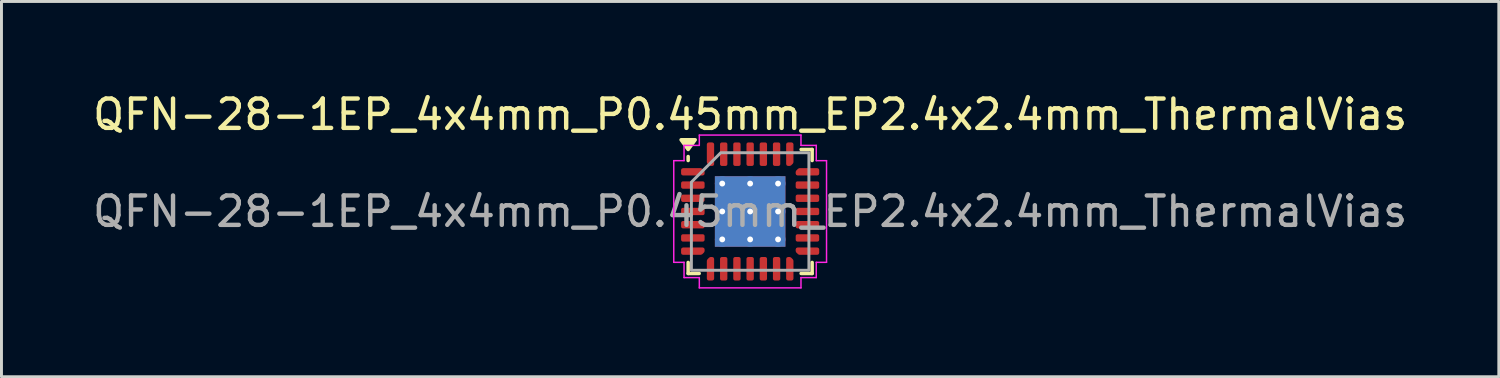
<source format=kicad_pcb>
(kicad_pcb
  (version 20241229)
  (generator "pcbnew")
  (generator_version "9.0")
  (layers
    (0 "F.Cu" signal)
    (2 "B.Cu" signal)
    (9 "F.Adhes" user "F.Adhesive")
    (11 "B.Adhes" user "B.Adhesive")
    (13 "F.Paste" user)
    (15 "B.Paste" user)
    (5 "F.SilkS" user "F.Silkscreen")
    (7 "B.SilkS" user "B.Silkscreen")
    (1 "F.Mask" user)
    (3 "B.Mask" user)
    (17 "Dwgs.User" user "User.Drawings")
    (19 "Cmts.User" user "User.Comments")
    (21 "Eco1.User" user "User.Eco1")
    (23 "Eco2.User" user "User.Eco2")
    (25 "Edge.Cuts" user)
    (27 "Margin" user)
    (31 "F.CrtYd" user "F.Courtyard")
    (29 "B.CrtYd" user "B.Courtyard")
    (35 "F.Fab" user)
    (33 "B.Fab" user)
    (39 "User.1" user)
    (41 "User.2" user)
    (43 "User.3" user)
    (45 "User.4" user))
  (footprint "QFN-28-1EP_4x4mm_P0.45mm_EP2.4x2.4mm_ThermalVias"
    (layer "F.Cu")
    (at 22.482 4.148)
    (property "Reference" "QFN-28-1EP_4x4mm_P0.45mm_EP2.4x2.4mm_ThermalVias" (at 0 -3.3 0) (layer "F.SilkS") (effects (font (size 1 1) (thickness 0.15))))
    (attr smd)
    (fp_line (start -2.11 -1.735) (end -2.11 -1.87) (stroke (width 0.12) (type solid)) (layer "F.SilkS"))
    (fp_line (start -2.11 2.11) (end -2.11 1.735) (stroke (width 0.12) (type solid)) (layer "F.SilkS"))
    (fp_line (start -1.735 2.11) (end -2.11 2.11) (stroke (width 0.12) (type solid)) (layer "F.SilkS"))
    (fp_line (start 1.735 -2.11) (end 2.11 -2.11) (stroke (width 0.12) (type solid)) (layer "F.SilkS"))
    (fp_line (start 1.735 2.11) (end 2.11 2.11) (stroke (width 0.12) (type solid)) (layer "F.SilkS"))
    (fp_line (start 2.11 -2.11) (end 2.11 -1.735) (stroke (width 0.12) (type solid)) (layer "F.SilkS"))
    (fp_line (start 2.11 2.11) (end 2.11 1.735) (stroke (width 0.12) (type solid)) (layer "F.SilkS"))
    (fp_poly (pts (xy -2.11 -2.11) (xy -2.35 -2.44) (xy -1.87 -2.44)) (stroke (width 0.12) (type solid)) (fill yes) (layer "F.SilkS"))
    (fp_line (start -2.6 -1.73) (end -2.25 -1.73) (stroke (width 0.05) (type solid)) (layer "F.CrtYd"))
    (fp_line (start -2.6 1.73) (end -2.6 -1.73) (stroke (width 0.05) (type solid)) (layer "F.CrtYd"))
    (fp_line (start -2.25 -2.25) (end -1.73 -2.25) (stroke (width 0.05) (type solid)) (layer "F.CrtYd"))
    (fp_line (start -2.25 -1.73) (end -2.25 -2.25) (stroke (width 0.05) (type solid)) (layer "F.CrtYd"))
    (fp_line (start -2.25 1.73) (end -2.6 1.73) (stroke (width 0.05) (type solid)) (layer "F.CrtYd"))
    (fp_line (start -2.25 2.25) (end -2.25 1.73) (stroke (width 0.05) (type solid)) (layer "F.CrtYd"))
    (fp_line (start -1.73 -2.6) (end 1.73 -2.6) (stroke (width 0.05) (type solid)) (layer "F.CrtYd"))
    (fp_line (start -1.73 -2.25) (end -1.73 -2.6) (stroke (width 0.05) (type solid)) (layer "F.CrtYd"))
    (fp_line (start -1.73 2.25) (end -2.25 2.25) (stroke (width 0.05) (type solid)) (layer "F.CrtYd"))
    (fp_line (start -1.73 2.6) (end -1.73 2.25) (stroke (width 0.05) (type solid)) (layer "F.CrtYd"))
    (fp_line (start 1.73 -2.6) (end 1.73 -2.25) (stroke (width 0.05) (type solid)) (layer "F.CrtYd"))
    (fp_line (start 1.73 -2.25) (end 2.25 -2.25) (stroke (width 0.05) (type solid)) (layer "F.CrtYd"))
    (fp_line (start 1.73 2.25) (end 1.73 2.6) (stroke (width 0.05) (type solid)) (layer "F.CrtYd"))
    (fp_line (start 1.73 2.6) (end -1.73 2.6) (stroke (width 0.05) (type solid)) (layer "F.CrtYd"))
    (fp_line (start 2.25 -2.25) (end 2.25 -1.73) (stroke (width 0.05) (type solid)) (layer "F.CrtYd"))
    (fp_line (start 2.25 -1.73) (end 2.6 -1.73) (stroke (width 0.05) (type solid)) (layer "F.CrtYd"))
    (fp_line (start 2.25 1.73) (end 2.25 2.25) (stroke (width 0.05) (type solid)) (layer "F.CrtYd"))
    (fp_line (start 2.25 2.25) (end 1.73 2.25) (stroke (width 0.05) (type solid)) (layer "F.CrtYd"))
    (fp_line (start 2.6 -1.73) (end 2.6 1.73) (stroke (width 0.05) (type solid)) (layer "F.CrtYd"))
    (fp_line (start 2.6 1.73) (end 2.25 1.73) (stroke (width 0.05) (type solid)) (layer "F.CrtYd"))
    (fp_poly (pts (xy -2 -1) (xy -2 2) (xy 2 2) (xy 2 -2) (xy -1 -2)) (stroke (width 0.1) (type solid)) (fill no) (layer "F.Fab"))
    (fp_text user "${REFERENCE}" (at 0 0 0) (layer "F.Fab") (effects (font (size 1 1) (thickness 0.15))))
    (pad "" smd roundrect (at -0.6 -0.6) (size 1.04 1.04) (layers "F.Paste") (roundrect_rratio 0.24))
    (pad "" smd roundrect (at -0.6 0.6) (size 1.04 1.04) (layers "F.Paste") (roundrect_rratio 0.24))
    (pad "" smd roundrect (at 0.6 -0.6) (size 1.04 1.04) (layers "F.Paste") (roundrect_rratio 0.24))
    (pad "" smd roundrect (at 0.6 0.6) (size 1.04 1.04) (layers "F.Paste") (roundrect_rratio 0.24))
    (pad "1" smd custom (at -1.95 -1.35) (size 0.179 0.179) (layers "F.Cu" "F.Mask" "F.Paste") (options (anchor circle)) (primitives (gr_poly (pts (xy -0.338 -0.062) (xy 0.274 -0.062) (xy 0.338 0.001) (xy 0.338 0.062) (xy -0.338 0.062)) (width 0.125) (fill yes))))
    (pad "2" smd roundrect (at -1.95 -0.9) (size 0.8 0.25) (layers "F.Cu" "F.Mask" "F.Paste") (roundrect_rratio 0.25))
    (pad "3" smd roundrect (at -1.95 -0.45) (size 0.8 0.25) (layers "F.Cu" "F.Mask" "F.Paste") (roundrect_rratio 0.25))
    (pad "4" smd roundrect (at -1.95 0) (size 0.8 0.25) (layers "F.Cu" "F.Mask" "F.Paste") (roundrect_rratio 0.25))
    (pad "5" smd roundrect (at -1.95 0.45) (size 0.8 0.25) (layers "F.Cu" "F.Mask" "F.Paste") (roundrect_rratio 0.25))
    (pad "6" smd roundrect (at -1.95 0.9) (size 0.8 0.25) (layers "F.Cu" "F.Mask" "F.Paste") (roundrect_rratio 0.25))
    (pad "7" smd custom (at -1.95 1.35) (size 0.179 0.179) (layers "F.Cu" "F.Mask" "F.Paste") (options (anchor circle)) (primitives (gr_poly (pts (xy -0.338 -0.062) (xy 0.338 -0.062) (xy 0.338 -0.001) (xy 0.274 0.062) (xy -0.338 0.062)) (width 0.125) (fill yes))))
    (pad "8" smd custom (at -1.35 1.95) (size 0.179 0.179) (layers "F.Cu" "F.Mask" "F.Paste") (options (anchor circle)) (primitives (gr_poly (pts (xy -0.062 -0.274) (xy 0.001 -0.338) (xy 0.062 -0.338) (xy 0.062 0.338) (xy -0.062 0.338)) (width 0.125) (fill yes))))
    (pad "9" smd roundrect (at -0.9 1.95) (size 0.25 0.8) (layers "F.Cu" "F.Mask" "F.Paste") (roundrect_rratio 0.25))
    (pad "10" smd roundrect (at -0.45 1.95) (size 0.25 0.8) (layers "F.Cu" "F.Mask" "F.Paste") (roundrect_rratio 0.25))
    (pad "11" smd roundrect (at 0 1.95) (size 0.25 0.8) (layers "F.Cu" "F.Mask" "F.Paste") (roundrect_rratio 0.25))
    (pad "12" smd roundrect (at 0.45 1.95) (size 0.25 0.8) (layers "F.Cu" "F.Mask" "F.Paste") (roundrect_rratio 0.25))
    (pad "13" smd roundrect (at 0.9 1.95) (size 0.25 0.8) (layers "F.Cu" "F.Mask" "F.Paste") (roundrect_rratio 0.25))
    (pad "14" smd custom (at 1.35 1.95) (size 0.179 0.179) (layers "F.Cu" "F.Mask" "F.Paste") (options (anchor circle)) (primitives (gr_poly (pts (xy -0.062 -0.338) (xy -0.001 -0.338) (xy 0.062 -0.274) (xy 0.062 0.338) (xy -0.062 0.338)) (width 0.125) (fill yes))))
    (pad "15" smd custom (at 1.95 1.35) (size 0.179 0.179) (layers "F.Cu" "F.Mask" "F.Paste") (options (anchor circle)) (primitives (gr_poly (pts (xy -0.338 -0.062) (xy 0.338 -0.062) (xy 0.338 0.062) (xy -0.274 0.062) (xy -0.338 -0.001)) (width 0.125) (fill yes))))
    (pad "16" smd roundrect (at 1.95 0.9) (size 0.8 0.25) (layers "F.Cu" "F.Mask" "F.Paste") (roundrect_rratio 0.25))
    (pad "17" smd roundrect (at 1.95 0.45) (size 0.8 0.25) (layers "F.Cu" "F.Mask" "F.Paste") (roundrect_rratio 0.25))
    (pad "18" smd roundrect (at 1.95 0) (size 0.8 0.25) (layers "F.Cu" "F.Mask" "F.Paste") (roundrect_rratio 0.25))
    (pad "19" smd roundrect (at 1.95 -0.45) (size 0.8 0.25) (layers "F.Cu" "F.Mask" "F.Paste") (roundrect_rratio 0.25))
    (pad "20" smd roundrect (at 1.95 -0.9) (size 0.8 0.25) (layers "F.Cu" "F.Mask" "F.Paste") (roundrect_rratio 0.25))
    (pad "21" smd custom (at 1.95 -1.35) (size 0.179 0.179) (layers "F.Cu" "F.Mask" "F.Paste") (options (anchor circle)) (primitives (gr_poly (pts (xy -0.338 0.001) (xy -0.274 -0.062) (xy 0.338 -0.062) (xy 0.338 0.062) (xy -0.338 0.062)) (width 0.125) (fill yes))))
    (pad "22" smd custom (at 1.35 -1.95) (size 0.179 0.179) (layers "F.Cu" "F.Mask" "F.Paste") (options (anchor circle)) (primitives (gr_poly (pts (xy -0.062 -0.338) (xy 0.062 -0.338) (xy 0.062 0.274) (xy -0.001 0.338) (xy -0.062 0.338)) (width 0.125) (fill yes))))
    (pad "23" smd roundrect (at 0.9 -1.95) (size 0.25 0.8) (layers "F.Cu" "F.Mask" "F.Paste") (roundrect_rratio 0.25))
    (pad "24" smd roundrect (at 0.45 -1.95) (size 0.25 0.8) (layers "F.Cu" "F.Mask" "F.Paste") (roundrect_rratio 0.25))
    (pad "25" smd roundrect (at 0 -1.95) (size 0.25 0.8) (layers "F.Cu" "F.Mask" "F.Paste") (roundrect_rratio 0.25))
    (pad "26" smd roundrect (at -0.45 -1.95) (size 0.25 0.8) (layers "F.Cu" "F.Mask" "F.Paste") (roundrect_rratio 0.25))
    (pad "27" smd roundrect (at -0.9 -1.95) (size 0.25 0.8) (layers "F.Cu" "F.Mask" "F.Paste") (roundrect_rratio 0.25))
    (pad "28" smd custom (at -1.35 -1.95) (size 0.179 0.179) (layers "F.Cu" "F.Mask" "F.Paste") (options (anchor circle)) (primitives (gr_poly (pts (xy -0.062 -0.338) (xy 0.062 -0.338) (xy 0.062 0.338) (xy 0.001 0.338) (xy -0.062 0.274)) (width 0.125) (fill yes))))
    (pad "29" thru_hole circle (at -0.95 -0.95) (size 0.5 0.5) (drill 0.2) (property pad_prop_heatsink) (layers "*.Cu"))
    (pad "29" thru_hole circle (at -0.95 0) (size 0.5 0.5) (drill 0.2) (property pad_prop_heatsink) (layers "*.Cu"))
    (pad "29" thru_hole circle (at -0.95 0.95) (size 0.5 0.5) (drill 0.2) (property pad_prop_heatsink) (layers "*.Cu"))
    (pad "29" thru_hole circle (at 0 -0.95) (size 0.5 0.5) (drill 0.2) (property pad_prop_heatsink) (layers "*.Cu"))
    (pad "29" thru_hole circle (at 0 0) (size 0.5 0.5) (drill 0.2) (property pad_prop_heatsink) (layers "*.Cu"))
    (pad "29" smd rect (at 0 0) (size 2.4 2.4) (property pad_prop_heatsink) (layers "F.Cu" "F.Mask"))
    (pad "29" smd rect (at 0 0) (size 2.4 2.4) (property pad_prop_heatsink) (layers "B.Cu"))
    (pad "29" thru_hole circle (at 0 0.95) (size 0.5 0.5) (drill 0.2) (property pad_prop_heatsink) (layers "*.Cu"))
    (pad "29" thru_hole circle (at 0.95 -0.95) (size 0.5 0.5) (drill 0.2) (property pad_prop_heatsink) (layers "*.Cu"))
    (pad "29" thru_hole circle (at 0.95 0) (size 0.5 0.5) (drill 0.2) (property pad_prop_heatsink) (layers "*.Cu"))
    (pad "29" thru_hole circle (at 0.95 0.95) (size 0.5 0.5) (drill 0.2) (property pad_prop_heatsink) (layers "*.Cu")))
  (gr_rect
    (start -3 -3)
    (end 47.964 9.773)
    (stroke (width 0.1) (type default))
    (fill no)
    (layer "Edge.Cuts")))
</source>
